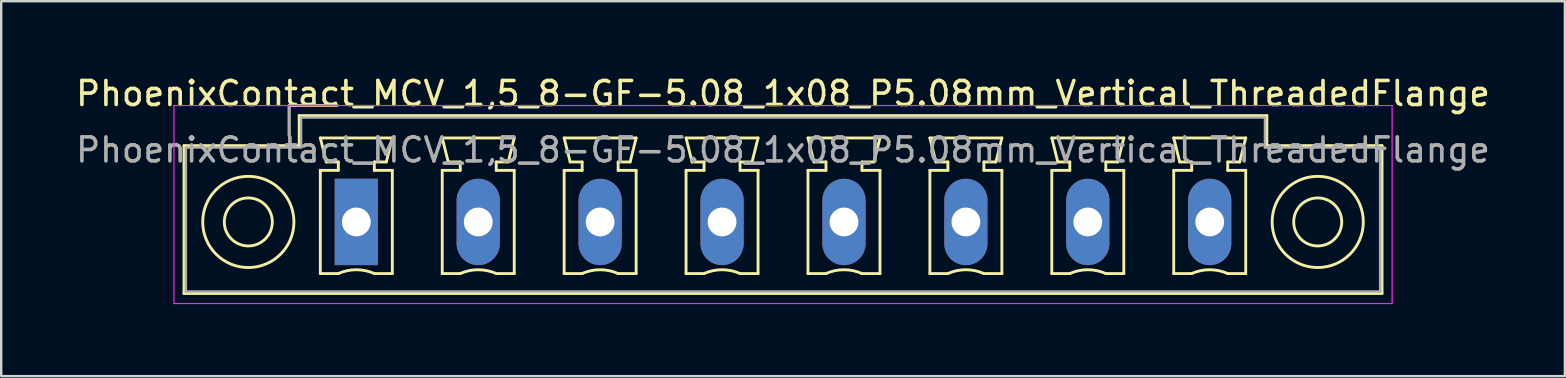
<source format=kicad_pcb>
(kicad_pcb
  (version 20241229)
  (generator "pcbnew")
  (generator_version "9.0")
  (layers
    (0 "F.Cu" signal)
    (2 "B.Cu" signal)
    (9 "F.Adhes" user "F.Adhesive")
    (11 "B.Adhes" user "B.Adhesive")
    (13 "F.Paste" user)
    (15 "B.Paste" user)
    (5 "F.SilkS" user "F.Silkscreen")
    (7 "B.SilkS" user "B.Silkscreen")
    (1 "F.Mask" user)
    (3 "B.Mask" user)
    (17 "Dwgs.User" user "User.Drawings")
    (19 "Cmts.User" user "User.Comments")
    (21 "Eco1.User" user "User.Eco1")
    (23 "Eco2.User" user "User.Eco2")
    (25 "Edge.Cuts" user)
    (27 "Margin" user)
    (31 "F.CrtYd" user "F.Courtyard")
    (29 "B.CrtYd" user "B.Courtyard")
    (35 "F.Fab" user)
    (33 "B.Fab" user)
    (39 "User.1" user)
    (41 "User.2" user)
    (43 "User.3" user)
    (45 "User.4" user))
  (footprint "PhoenixContact_MCV_1,5_8-GF-5.08_1x08_P5.08mm_Vertical_ThreadedFlange"
    (layer "F.Cu")
    (at 11.797 6.198)
    (property "Reference" "PhoenixContact_MCV_1,5_8-GF-5.08_1x08_P5.08mm_Vertical_ThreadedFlange" (at 17.78 -5.35 0) (layer "F.SilkS") (effects (font (size 1 1) (thickness 0.15))))
    (attr through_hole)
    (fp_line (start -7.18 -3.18) (end -7.18 2.98) (stroke (width 0.12) (type solid)) (layer "F.SilkS"))
    (fp_line (start -7.18 2.98) (end 42.74 2.98) (stroke (width 0.12) (type solid)) (layer "F.SilkS"))
    (fp_line (start -2.8 -4.85) (end -0.8 -4.85) (stroke (width 0.12) (type solid)) (layer "F.SilkS"))
    (fp_line (start -2.8 -3.6) (end -2.8 -4.85) (stroke (width 0.12) (type solid)) (layer "F.SilkS"))
    (fp_line (start -2.38 -4.43) (end -2.38 -3.18) (stroke (width 0.12) (type solid)) (layer "F.SilkS"))
    (fp_line (start -2.38 -3.18) (end -7.18 -3.18) (stroke (width 0.12) (type solid)) (layer "F.SilkS"))
    (fp_line (start -1.5 -3.5) (end 1.5 -3.5) (stroke (width 0.12) (type solid)) (layer "F.SilkS"))
    (fp_line (start -1.5 -2.15) (end -0.75 -2.15) (stroke (width 0.12) (type solid)) (layer "F.SilkS"))
    (fp_line (start -1.5 2.15) (end -1.5 -2.15) (stroke (width 0.12) (type solid)) (layer "F.SilkS"))
    (fp_line (start -1.25 -2.5) (end -1.5 -3.5) (stroke (width 0.12) (type solid)) (layer "F.SilkS"))
    (fp_line (start -0.75 -2.5) (end -1.25 -2.5) (stroke (width 0.12) (type solid)) (layer "F.SilkS"))
    (fp_line (start -0.75 -2.15) (end -0.75 -2.5) (stroke (width 0.12) (type solid)) (layer "F.SilkS"))
    (fp_line (start -0.75 2.15) (end -1.5 2.15) (stroke (width 0.12) (type solid)) (layer "F.SilkS"))
    (fp_line (start 0.75 -2.5) (end 0.75 -2.15) (stroke (width 0.12) (type solid)) (layer "F.SilkS"))
    (fp_line (start 0.75 -2.15) (end 1.5 -2.15) (stroke (width 0.12) (type solid)) (layer "F.SilkS"))
    (fp_line (start 1.25 -2.5) (end 0.75 -2.5) (stroke (width 0.12) (type solid)) (layer "F.SilkS"))
    (fp_line (start 1.5 -3.5) (end 1.25 -2.5) (stroke (width 0.12) (type solid)) (layer "F.SilkS"))
    (fp_line (start 1.5 -2.15) (end 1.5 2.15) (stroke (width 0.12) (type solid)) (layer "F.SilkS"))
    (fp_line (start 1.5 2.15) (end 0.75 2.15) (stroke (width 0.12) (type solid)) (layer "F.SilkS"))
    (fp_line (start 3.58 -3.5) (end 6.58 -3.5) (stroke (width 0.12) (type solid)) (layer "F.SilkS"))
    (fp_line (start 3.58 -2.15) (end 4.33 -2.15) (stroke (width 0.12) (type solid)) (layer "F.SilkS"))
    (fp_line (start 3.58 2.15) (end 3.58 -2.15) (stroke (width 0.12) (type solid)) (layer "F.SilkS"))
    (fp_line (start 3.83 -2.5) (end 3.58 -3.5) (stroke (width 0.12) (type solid)) (layer "F.SilkS"))
    (fp_line (start 4.33 -2.5) (end 3.83 -2.5) (stroke (width 0.12) (type solid)) (layer "F.SilkS"))
    (fp_line (start 4.33 -2.15) (end 4.33 -2.5) (stroke (width 0.12) (type solid)) (layer "F.SilkS"))
    (fp_line (start 4.33 2.15) (end 3.58 2.15) (stroke (width 0.12) (type solid)) (layer "F.SilkS"))
    (fp_line (start 5.83 -2.5) (end 5.83 -2.15) (stroke (width 0.12) (type solid)) (layer "F.SilkS"))
    (fp_line (start 5.83 -2.15) (end 6.58 -2.15) (stroke (width 0.12) (type solid)) (layer "F.SilkS"))
    (fp_line (start 6.33 -2.5) (end 5.83 -2.5) (stroke (width 0.12) (type solid)) (layer "F.SilkS"))
    (fp_line (start 6.58 -3.5) (end 6.33 -2.5) (stroke (width 0.12) (type solid)) (layer "F.SilkS"))
    (fp_line (start 6.58 -2.15) (end 6.58 2.15) (stroke (width 0.12) (type solid)) (layer "F.SilkS"))
    (fp_line (start 6.58 2.15) (end 5.83 2.15) (stroke (width 0.12) (type solid)) (layer "F.SilkS"))
    (fp_line (start 8.66 -3.5) (end 11.66 -3.5) (stroke (width 0.12) (type solid)) (layer "F.SilkS"))
    (fp_line (start 8.66 -2.15) (end 9.41 -2.15) (stroke (width 0.12) (type solid)) (layer "F.SilkS"))
    (fp_line (start 8.66 2.15) (end 8.66 -2.15) (stroke (width 0.12) (type solid)) (layer "F.SilkS"))
    (fp_line (start 8.91 -2.5) (end 8.66 -3.5) (stroke (width 0.12) (type solid)) (layer "F.SilkS"))
    (fp_line (start 9.41 -2.5) (end 8.91 -2.5) (stroke (width 0.12) (type solid)) (layer "F.SilkS"))
    (fp_line (start 9.41 -2.15) (end 9.41 -2.5) (stroke (width 0.12) (type solid)) (layer "F.SilkS"))
    (fp_line (start 9.41 2.15) (end 8.66 2.15) (stroke (width 0.12) (type solid)) (layer "F.SilkS"))
    (fp_line (start 10.91 -2.5) (end 10.91 -2.15) (stroke (width 0.12) (type solid)) (layer "F.SilkS"))
    (fp_line (start 10.91 -2.15) (end 11.66 -2.15) (stroke (width 0.12) (type solid)) (layer "F.SilkS"))
    (fp_line (start 11.41 -2.5) (end 10.91 -2.5) (stroke (width 0.12) (type solid)) (layer "F.SilkS"))
    (fp_line (start 11.66 -3.5) (end 11.41 -2.5) (stroke (width 0.12) (type solid)) (layer "F.SilkS"))
    (fp_line (start 11.66 -2.15) (end 11.66 2.15) (stroke (width 0.12) (type solid)) (layer "F.SilkS"))
    (fp_line (start 11.66 2.15) (end 10.91 2.15) (stroke (width 0.12) (type solid)) (layer "F.SilkS"))
    (fp_line (start 13.74 -3.5) (end 16.74 -3.5) (stroke (width 0.12) (type solid)) (layer "F.SilkS"))
    (fp_line (start 13.74 -2.15) (end 14.49 -2.15) (stroke (width 0.12) (type solid)) (layer "F.SilkS"))
    (fp_line (start 13.74 2.15) (end 13.74 -2.15) (stroke (width 0.12) (type solid)) (layer "F.SilkS"))
    (fp_line (start 13.99 -2.5) (end 13.74 -3.5) (stroke (width 0.12) (type solid)) (layer "F.SilkS"))
    (fp_line (start 14.49 -2.5) (end 13.99 -2.5) (stroke (width 0.12) (type solid)) (layer "F.SilkS"))
    (fp_line (start 14.49 -2.15) (end 14.49 -2.5) (stroke (width 0.12) (type solid)) (layer "F.SilkS"))
    (fp_line (start 14.49 2.15) (end 13.74 2.15) (stroke (width 0.12) (type solid)) (layer "F.SilkS"))
    (fp_line (start 15.99 -2.5) (end 15.99 -2.15) (stroke (width 0.12) (type solid)) (layer "F.SilkS"))
    (fp_line (start 15.99 -2.15) (end 16.74 -2.15) (stroke (width 0.12) (type solid)) (layer "F.SilkS"))
    (fp_line (start 16.49 -2.5) (end 15.99 -2.5) (stroke (width 0.12) (type solid)) (layer "F.SilkS"))
    (fp_line (start 16.74 -3.5) (end 16.49 -2.5) (stroke (width 0.12) (type solid)) (layer "F.SilkS"))
    (fp_line (start 16.74 -2.15) (end 16.74 2.15) (stroke (width 0.12) (type solid)) (layer "F.SilkS"))
    (fp_line (start 16.74 2.15) (end 15.99 2.15) (stroke (width 0.12) (type solid)) (layer "F.SilkS"))
    (fp_line (start 18.82 -3.5) (end 21.82 -3.5) (stroke (width 0.12) (type solid)) (layer "F.SilkS"))
    (fp_line (start 18.82 -2.15) (end 19.57 -2.15) (stroke (width 0.12) (type solid)) (layer "F.SilkS"))
    (fp_line (start 18.82 2.15) (end 18.82 -2.15) (stroke (width 0.12) (type solid)) (layer "F.SilkS"))
    (fp_line (start 19.07 -2.5) (end 18.82 -3.5) (stroke (width 0.12) (type solid)) (layer "F.SilkS"))
    (fp_line (start 19.57 -2.5) (end 19.07 -2.5) (stroke (width 0.12) (type solid)) (layer "F.SilkS"))
    (fp_line (start 19.57 -2.15) (end 19.57 -2.5) (stroke (width 0.12) (type solid)) (layer "F.SilkS"))
    (fp_line (start 19.57 2.15) (end 18.82 2.15) (stroke (width 0.12) (type solid)) (layer "F.SilkS"))
    (fp_line (start 21.07 -2.5) (end 21.07 -2.15) (stroke (width 0.12) (type solid)) (layer "F.SilkS"))
    (fp_line (start 21.07 -2.15) (end 21.82 -2.15) (stroke (width 0.12) (type solid)) (layer "F.SilkS"))
    (fp_line (start 21.57 -2.5) (end 21.07 -2.5) (stroke (width 0.12) (type solid)) (layer "F.SilkS"))
    (fp_line (start 21.82 -3.5) (end 21.57 -2.5) (stroke (width 0.12) (type solid)) (layer "F.SilkS"))
    (fp_line (start 21.82 -2.15) (end 21.82 2.15) (stroke (width 0.12) (type solid)) (layer "F.SilkS"))
    (fp_line (start 21.82 2.15) (end 21.07 2.15) (stroke (width 0.12) (type solid)) (layer "F.SilkS"))
    (fp_line (start 23.9 -3.5) (end 26.9 -3.5) (stroke (width 0.12) (type solid)) (layer "F.SilkS"))
    (fp_line (start 23.9 -2.15) (end 24.65 -2.15) (stroke (width 0.12) (type solid)) (layer "F.SilkS"))
    (fp_line (start 23.9 2.15) (end 23.9 -2.15) (stroke (width 0.12) (type solid)) (layer "F.SilkS"))
    (fp_line (start 24.15 -2.5) (end 23.9 -3.5) (stroke (width 0.12) (type solid)) (layer "F.SilkS"))
    (fp_line (start 24.65 -2.5) (end 24.15 -2.5) (stroke (width 0.12) (type solid)) (layer "F.SilkS"))
    (fp_line (start 24.65 -2.15) (end 24.65 -2.5) (stroke (width 0.12) (type solid)) (layer "F.SilkS"))
    (fp_line (start 24.65 2.15) (end 23.9 2.15) (stroke (width 0.12) (type solid)) (layer "F.SilkS"))
    (fp_line (start 26.15 -2.5) (end 26.15 -2.15) (stroke (width 0.12) (type solid)) (layer "F.SilkS"))
    (fp_line (start 26.15 -2.15) (end 26.9 -2.15) (stroke (width 0.12) (type solid)) (layer "F.SilkS"))
    (fp_line (start 26.65 -2.5) (end 26.15 -2.5) (stroke (width 0.12) (type solid)) (layer "F.SilkS"))
    (fp_line (start 26.9 -3.5) (end 26.65 -2.5) (stroke (width 0.12) (type solid)) (layer "F.SilkS"))
    (fp_line (start 26.9 -2.15) (end 26.9 2.15) (stroke (width 0.12) (type solid)) (layer "F.SilkS"))
    (fp_line (start 26.9 2.15) (end 26.15 2.15) (stroke (width 0.12) (type solid)) (layer "F.SilkS"))
    (fp_line (start 28.98 -3.5) (end 31.98 -3.5) (stroke (width 0.12) (type solid)) (layer "F.SilkS"))
    (fp_line (start 28.98 -2.15) (end 29.73 -2.15) (stroke (width 0.12) (type solid)) (layer "F.SilkS"))
    (fp_line (start 28.98 2.15) (end 28.98 -2.15) (stroke (width 0.12) (type solid)) (layer "F.SilkS"))
    (fp_line (start 29.23 -2.5) (end 28.98 -3.5) (stroke (width 0.12) (type solid)) (layer "F.SilkS"))
    (fp_line (start 29.73 -2.5) (end 29.23 -2.5) (stroke (width 0.12) (type solid)) (layer "F.SilkS"))
    (fp_line (start 29.73 -2.15) (end 29.73 -2.5) (stroke (width 0.12) (type solid)) (layer "F.SilkS"))
    (fp_line (start 29.73 2.15) (end 28.98 2.15) (stroke (width 0.12) (type solid)) (layer "F.SilkS"))
    (fp_line (start 31.23 -2.5) (end 31.23 -2.15) (stroke (width 0.12) (type solid)) (layer "F.SilkS"))
    (fp_line (start 31.23 -2.15) (end 31.98 -2.15) (stroke (width 0.12) (type solid)) (layer "F.SilkS"))
    (fp_line (start 31.73 -2.5) (end 31.23 -2.5) (stroke (width 0.12) (type solid)) (layer "F.SilkS"))
    (fp_line (start 31.98 -3.5) (end 31.73 -2.5) (stroke (width 0.12) (type solid)) (layer "F.SilkS"))
    (fp_line (start 31.98 -2.15) (end 31.98 2.15) (stroke (width 0.12) (type solid)) (layer "F.SilkS"))
    (fp_line (start 31.98 2.15) (end 31.23 2.15) (stroke (width 0.12) (type solid)) (layer "F.SilkS"))
    (fp_line (start 34.06 -3.5) (end 37.06 -3.5) (stroke (width 0.12) (type solid)) (layer "F.SilkS"))
    (fp_line (start 34.06 -2.15) (end 34.81 -2.15) (stroke (width 0.12) (type solid)) (layer "F.SilkS"))
    (fp_line (start 34.06 2.15) (end 34.06 -2.15) (stroke (width 0.12) (type solid)) (layer "F.SilkS"))
    (fp_line (start 34.31 -2.5) (end 34.06 -3.5) (stroke (width 0.12) (type solid)) (layer "F.SilkS"))
    (fp_line (start 34.81 -2.5) (end 34.31 -2.5) (stroke (width 0.12) (type solid)) (layer "F.SilkS"))
    (fp_line (start 34.81 -2.15) (end 34.81 -2.5) (stroke (width 0.12) (type solid)) (layer "F.SilkS"))
    (fp_line (start 34.81 2.15) (end 34.06 2.15) (stroke (width 0.12) (type solid)) (layer "F.SilkS"))
    (fp_line (start 36.31 -2.5) (end 36.31 -2.15) (stroke (width 0.12) (type solid)) (layer "F.SilkS"))
    (fp_line (start 36.31 -2.15) (end 37.06 -2.15) (stroke (width 0.12) (type solid)) (layer "F.SilkS"))
    (fp_line (start 36.81 -2.5) (end 36.31 -2.5) (stroke (width 0.12) (type solid)) (layer "F.SilkS"))
    (fp_line (start 37.06 -3.5) (end 36.81 -2.5) (stroke (width 0.12) (type solid)) (layer "F.SilkS"))
    (fp_line (start 37.06 -2.15) (end 37.06 2.15) (stroke (width 0.12) (type solid)) (layer "F.SilkS"))
    (fp_line (start 37.06 2.15) (end 36.31 2.15) (stroke (width 0.12) (type solid)) (layer "F.SilkS"))
    (fp_line (start 37.94 -4.43) (end -2.38 -4.43) (stroke (width 0.12) (type solid)) (layer "F.SilkS"))
    (fp_line (start 37.94 -3.18) (end 37.94 -4.43) (stroke (width 0.12) (type solid)) (layer "F.SilkS"))
    (fp_line (start 42.74 -3.18) (end 37.94 -3.18) (stroke (width 0.12) (type solid)) (layer "F.SilkS"))
    (fp_line (start 42.74 2.98) (end 42.74 -3.18) (stroke (width 0.12) (type solid)) (layer "F.SilkS"))
    (fp_arc (start -0.75 2.15) (mid -0.000193 1.99191) (end 0.749647 2.149844) (stroke (width 0.12) (type solid)) (layer "F.SilkS"))
    (fp_arc (start 4.33 2.15) (mid 5.079807 1.99191) (end 5.829647 2.149844) (stroke (width 0.12) (type solid)) (layer "F.SilkS"))
    (fp_arc (start 9.41 2.15) (mid 10.159807 1.99191) (end 10.909647 2.149844) (stroke (width 0.12) (type solid)) (layer "F.SilkS"))
    (fp_arc (start 14.49 2.15) (mid 15.239807 1.99191) (end 15.989647 2.149844) (stroke (width 0.12) (type solid)) (layer "F.SilkS"))
    (fp_arc (start 19.57 2.15) (mid 20.319807 1.99191) (end 21.069647 2.149844) (stroke (width 0.12) (type solid)) (layer "F.SilkS"))
    (fp_arc (start 24.65 2.15) (mid 25.399807 1.99191) (end 26.149647 2.149844) (stroke (width 0.12) (type solid)) (layer "F.SilkS"))
    (fp_arc (start 29.73 2.15) (mid 30.479807 1.99191) (end 31.229647 2.149844) (stroke (width 0.12) (type solid)) (layer "F.SilkS"))
    (fp_arc (start 34.81 2.15) (mid 35.559807 1.99191) (end 36.309647 2.149844) (stroke (width 0.12) (type solid)) (layer "F.SilkS"))
    (fp_circle (center -4.5 0) (end -3.5 0) (stroke (width 0.12) (type solid)) (fill no) (layer "F.SilkS"))
    (fp_circle (center -4.5 0) (end -2.6 0) (stroke (width 0.12) (type solid)) (fill no) (layer "F.SilkS"))
    (fp_circle (center 40.06 0) (end 41.06 0) (stroke (width 0.12) (type solid)) (fill no) (layer "F.SilkS"))
    (fp_circle (center 40.06 0) (end 41.96 0) (stroke (width 0.12) (type solid)) (fill no) (layer "F.SilkS"))
    (fp_line (start -7.6 -4.85) (end -7.6 3.4) (stroke (width 0.05) (type solid)) (layer "F.CrtYd"))
    (fp_line (start -7.6 3.4) (end 43.16 3.4) (stroke (width 0.05) (type solid)) (layer "F.CrtYd"))
    (fp_line (start 43.16 -4.85) (end -7.6 -4.85) (stroke (width 0.05) (type solid)) (layer "F.CrtYd"))
    (fp_line (start 43.16 3.4) (end 43.16 -4.85) (stroke (width 0.05) (type solid)) (layer "F.CrtYd"))
    (fp_line (start -7.1 -3.1) (end -7.1 2.9) (stroke (width 0.1) (type solid)) (layer "F.Fab"))
    (fp_line (start -7.1 2.9) (end 42.66 2.9) (stroke (width 0.1) (type solid)) (layer "F.Fab"))
    (fp_line (start -2.8 -4.85) (end -0.8 -4.85) (stroke (width 0.1) (type solid)) (layer "F.Fab"))
    (fp_line (start -2.8 -3.6) (end -2.8 -4.85) (stroke (width 0.1) (type solid)) (layer "F.Fab"))
    (fp_line (start -2.3 -4.35) (end -2.3 -3.1) (stroke (width 0.1) (type solid)) (layer "F.Fab"))
    (fp_line (start -2.3 -3.1) (end -7.1 -3.1) (stroke (width 0.1) (type solid)) (layer "F.Fab"))
    (fp_line (start 37.86 -4.35) (end -2.3 -4.35) (stroke (width 0.1) (type solid)) (layer "F.Fab"))
    (fp_line (start 37.86 -3.1) (end 37.86 -4.35) (stroke (width 0.1) (type solid)) (layer "F.Fab"))
    (fp_line (start 42.66 -3.1) (end 37.86 -3.1) (stroke (width 0.1) (type solid)) (layer "F.Fab"))
    (fp_line (start 42.66 2.9) (end 42.66 -3.1) (stroke (width 0.1) (type solid)) (layer "F.Fab"))
    (fp_text user "${REFERENCE}" (at 17.78 -3 0) (layer "F.Fab") (effects (font (size 1 1) (thickness 0.15))))
    (pad "1" thru_hole rect (at 0 0) (size 1.8 3.6) (drill 1.2) (layers "*.Cu" "*.Mask"))
    (pad "2" thru_hole oval (at 5.08 0) (size 1.8 3.6) (drill 1.2) (layers "*.Cu" "*.Mask"))
    (pad "3" thru_hole oval (at 10.16 0) (size 1.8 3.6) (drill 1.2) (layers "*.Cu" "*.Mask"))
    (pad "4" thru_hole oval (at 15.24 0) (size 1.8 3.6) (drill 1.2) (layers "*.Cu" "*.Mask"))
    (pad "5" thru_hole oval (at 20.32 0) (size 1.8 3.6) (drill 1.2) (layers "*.Cu" "*.Mask"))
    (pad "6" thru_hole oval (at 25.4 0) (size 1.8 3.6) (drill 1.2) (layers "*.Cu" "*.Mask"))
    (pad "7" thru_hole oval (at 30.48 0) (size 1.8 3.6) (drill 1.2) (layers "*.Cu" "*.Mask"))
    (pad "8" thru_hole oval (at 35.56 0) (size 1.8 3.6) (drill 1.2) (layers "*.Cu" "*.Mask")))
  (gr_rect
    (start -3 -3)
    (end 62.155 12.623)
    (stroke (width 0.1) (type default))
    (fill no)
    (layer "Edge.Cuts")))
</source>
